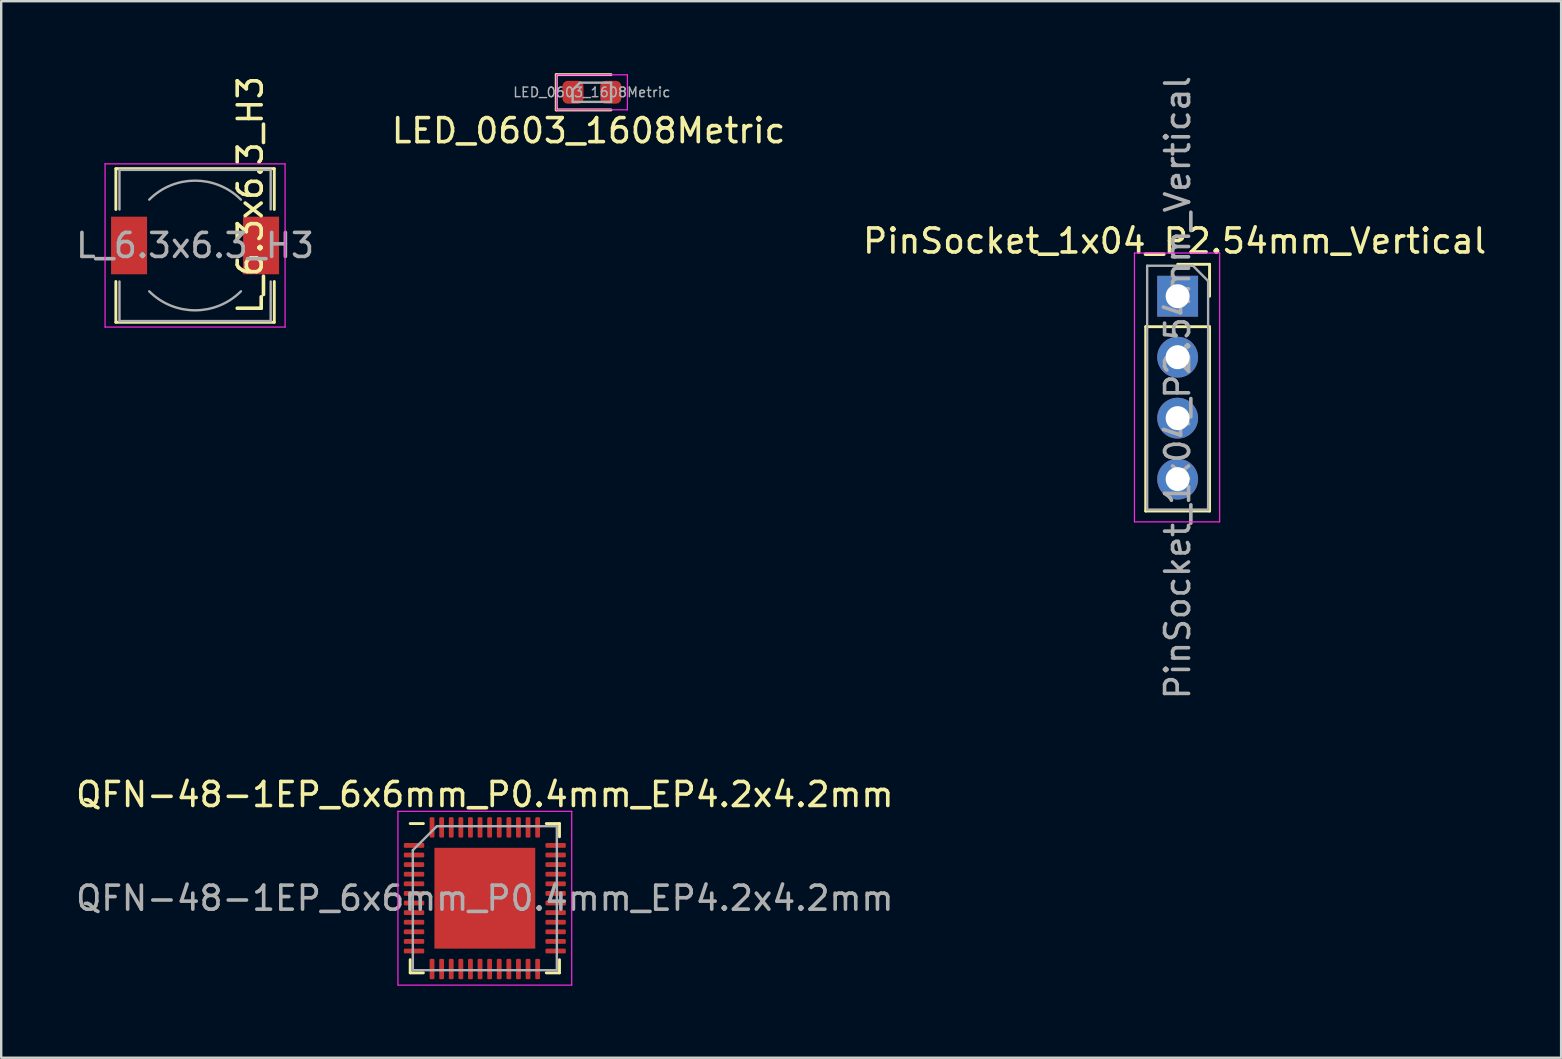
<source format=kicad_pcb>
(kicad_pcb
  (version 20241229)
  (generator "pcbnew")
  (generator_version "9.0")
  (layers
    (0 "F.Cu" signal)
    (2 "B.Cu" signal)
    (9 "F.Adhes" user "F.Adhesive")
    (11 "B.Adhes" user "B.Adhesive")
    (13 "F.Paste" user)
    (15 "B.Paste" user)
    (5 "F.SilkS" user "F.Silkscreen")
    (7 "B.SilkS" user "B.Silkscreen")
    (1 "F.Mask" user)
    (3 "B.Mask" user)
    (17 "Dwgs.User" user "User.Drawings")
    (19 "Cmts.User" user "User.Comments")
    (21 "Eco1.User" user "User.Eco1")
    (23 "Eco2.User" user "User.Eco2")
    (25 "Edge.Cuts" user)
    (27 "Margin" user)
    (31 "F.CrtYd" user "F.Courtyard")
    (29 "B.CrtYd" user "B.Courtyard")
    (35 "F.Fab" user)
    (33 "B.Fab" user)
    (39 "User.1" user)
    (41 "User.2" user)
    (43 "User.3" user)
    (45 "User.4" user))
  (footprint "L_6.3x6.3_H3"
    (layer "F.Cu")
    (at 5.077 7.177)
    (property "Reference" "L_6.3x6.3_H3" (at 2.3 -2.1 90) (layer "F.SilkS") (effects (font (size 1 1) (thickness 0.15))))
    (attr smd)
    (fp_line (start -3.3 -3.2) (end 3.3 -3.2) (stroke (width 0.12) (type solid)) (layer "F.SilkS"))
    (fp_line (start -3.3 -1.5) (end -3.3 -3.2) (stroke (width 0.12) (type solid)) (layer "F.SilkS"))
    (fp_line (start -3.3 3.2) (end -3.3 1.5) (stroke (width 0.12) (type solid)) (layer "F.SilkS"))
    (fp_line (start 3.3 -3.2) (end 3.3 -1.5) (stroke (width 0.12) (type solid)) (layer "F.SilkS"))
    (fp_line (start 3.3 1.5) (end 3.3 3.2) (stroke (width 0.12) (type solid)) (layer "F.SilkS"))
    (fp_line (start 3.3 3.2) (end -3.3 3.2) (stroke (width 0.12) (type solid)) (layer "F.SilkS"))
    (fp_line (start -3.75 -3.4) (end -3.75 3.4) (stroke (width 0.05) (type solid)) (layer "F.CrtYd"))
    (fp_line (start -3.75 3.4) (end 3.75 3.4) (stroke (width 0.05) (type solid)) (layer "F.CrtYd"))
    (fp_line (start 3.75 -3.4) (end -3.75 -3.4) (stroke (width 0.05) (type solid)) (layer "F.CrtYd"))
    (fp_line (start 3.75 3.4) (end 3.75 -3.4) (stroke (width 0.05) (type solid)) (layer "F.CrtYd"))
    (fp_line (start -3.15 -3.15) (end -3.15 -1.5) (stroke (width 0.1) (type solid)) (layer "F.Fab"))
    (fp_line (start -3.15 -3.15) (end 3.15 -3.15) (stroke (width 0.1) (type solid)) (layer "F.Fab"))
    (fp_line (start -3.15 3.15) (end -3.15 1.5) (stroke (width 0.1) (type solid)) (layer "F.Fab"))
    (fp_line (start -3.15 3.15) (end 3.15 3.15) (stroke (width 0.1) (type solid)) (layer "F.Fab"))
    (fp_line (start 3.15 -3.15) (end 3.15 -1.5) (stroke (width 0.1) (type solid)) (layer "F.Fab"))
    (fp_line (start 3.15 3.15) (end 3.15 1.5) (stroke (width 0.1) (type solid)) (layer "F.Fab"))
    (fp_arc (start -1.91 -1.91) (mid 0 -2.701148) (end 1.91 -1.91) (stroke (width 0.1) (type solid)) (layer "F.Fab"))
    (fp_arc (start 1.91 1.91) (mid 0 2.701148) (end -1.91 1.91) (stroke (width 0.1) (type solid)) (layer "F.Fab"))
    (fp_text user "${REFERENCE}" (at 0 0 0) (layer "F.Fab") (effects (font (size 1 1) (thickness 0.15))))
    (pad "1" smd rect (at -2.75 0) (size 1.5 2.4) (layers "F.Cu" "F.Mask" "F.Paste"))
    (pad "2" smd rect (at 2.75 0) (size 1.5 2.4) (layers "F.Cu" "F.Mask" "F.Paste")))
  (footprint "QFN-48-1EP_6x6mm_P0.4mm_EP4.2x4.2mm"
    (layer "F.Cu")
    (at 17.149 34.371)
    (property "Reference" "QFN-48-1EP_6x6mm_P0.4mm_EP4.2x4.2mm" (at 0 -4.32 0) (layer "F.SilkS") (effects (font (size 1 1) (thickness 0.15))))
    (attr smd)
    (fp_line (start -3.11 3.11) (end -3.11 2.56) (stroke (width 0.12) (type solid)) (layer "F.SilkS"))
    (fp_line (start -2.56 -3.11) (end -3.11 -3.11) (stroke (width 0.12) (type solid)) (layer "F.SilkS"))
    (fp_line (start -2.56 3.11) (end -3.11 3.11) (stroke (width 0.12) (type solid)) (layer "F.SilkS"))
    (fp_line (start 2.56 -3.11) (end 3.11 -3.11) (stroke (width 0.12) (type solid)) (layer "F.SilkS"))
    (fp_line (start 2.56 3.11) (end 3.11 3.11) (stroke (width 0.12) (type solid)) (layer "F.SilkS"))
    (fp_line (start 3.11 -3.11) (end 3.11 -2.56) (stroke (width 0.12) (type solid)) (layer "F.SilkS"))
    (fp_line (start 3.11 3.11) (end 3.11 2.56) (stroke (width 0.12) (type solid)) (layer "F.SilkS"))
    (fp_line (start -3.62 -3.62) (end -3.62 3.62) (stroke (width 0.05) (type solid)) (layer "F.CrtYd"))
    (fp_line (start -3.62 3.62) (end 3.62 3.62) (stroke (width 0.05) (type solid)) (layer "F.CrtYd"))
    (fp_line (start 3.62 -3.62) (end -3.62 -3.62) (stroke (width 0.05) (type solid)) (layer "F.CrtYd"))
    (fp_line (start 3.62 3.62) (end 3.62 -3.62) (stroke (width 0.05) (type solid)) (layer "F.CrtYd"))
    (fp_line (start -3 -2) (end -2 -3) (stroke (width 0.1) (type solid)) (layer "F.Fab"))
    (fp_line (start -3 3) (end -3 -2) (stroke (width 0.1) (type solid)) (layer "F.Fab"))
    (fp_line (start -2 -3) (end 3 -3) (stroke (width 0.1) (type solid)) (layer "F.Fab"))
    (fp_line (start 3 -3) (end 3 3) (stroke (width 0.1) (type solid)) (layer "F.Fab"))
    (fp_line (start 3 3) (end -3 3) (stroke (width 0.1) (type solid)) (layer "F.Fab"))
    (fp_text user "${REFERENCE}" (at 0 0 0) (layer "F.Fab") (effects (font (size 1 1) (thickness 0.15))))
    (pad "" smd roundrect (at -1.4 -1.4 180) (size 1.13 1.13) (layers "F.Paste") (roundrect_rratio 0.221))
    (pad "" smd roundrect (at -1.4 0 180) (size 1.13 1.13) (layers "F.Paste") (roundrect_rratio 0.221))
    (pad "" smd roundrect (at -1.4 1.4 180) (size 1.13 1.13) (layers "F.Paste") (roundrect_rratio 0.221))
    (pad "" smd roundrect (at 0 -1.4 180) (size 1.13 1.13) (layers "F.Paste") (roundrect_rratio 0.221))
    (pad "" smd roundrect (at 0 0 180) (size 1.13 1.13) (layers "F.Paste") (roundrect_rratio 0.221))
    (pad "" smd roundrect (at 0 1.4 180) (size 1.13 1.13) (layers "F.Paste") (roundrect_rratio 0.221))
    (pad "" smd roundrect (at 1.4 -1.4 180) (size 1.13 1.13) (layers "F.Paste") (roundrect_rratio 0.221))
    (pad "" smd roundrect (at 1.4 0 180) (size 1.13 1.13) (layers "F.Paste") (roundrect_rratio 0.221))
    (pad "" smd roundrect (at 1.4 1.4 180) (size 1.13 1.13) (layers "F.Paste") (roundrect_rratio 0.221))
    (pad "1" smd roundrect (at -2.95 -2.2 180) (size 0.85 0.2) (layers "F.Cu" "F.Mask" "F.Paste") (roundrect_rratio 0.25))
    (pad "2" smd roundrect (at -2.95 -1.8 180) (size 0.85 0.2) (layers "F.Cu" "F.Mask" "F.Paste") (roundrect_rratio 0.25))
    (pad "3" smd roundrect (at -2.95 -1.4 180) (size 0.85 0.2) (layers "F.Cu" "F.Mask" "F.Paste") (roundrect_rratio 0.25))
    (pad "4" smd roundrect (at -2.95 -1 180) (size 0.85 0.2) (layers "F.Cu" "F.Mask" "F.Paste") (roundrect_rratio 0.25))
    (pad "5" smd roundrect (at -2.95 -0.6 180) (size 0.85 0.2) (layers "F.Cu" "F.Mask" "F.Paste") (roundrect_rratio 0.25))
    (pad "6" smd roundrect (at -2.95 -0.2 180) (size 0.85 0.2) (layers "F.Cu" "F.Mask" "F.Paste") (roundrect_rratio 0.25))
    (pad "7" smd roundrect (at -2.95 0.2 180) (size 0.85 0.2) (layers "F.Cu" "F.Mask" "F.Paste") (roundrect_rratio 0.25))
    (pad "8" smd roundrect (at -2.95 0.6 180) (size 0.85 0.2) (layers "F.Cu" "F.Mask" "F.Paste") (roundrect_rratio 0.25))
    (pad "9" smd roundrect (at -2.95 1 180) (size 0.85 0.2) (layers "F.Cu" "F.Mask" "F.Paste") (roundrect_rratio 0.25))
    (pad "10" smd roundrect (at -2.95 1.4 180) (size 0.85 0.2) (layers "F.Cu" "F.Mask" "F.Paste") (roundrect_rratio 0.25))
    (pad "11" smd roundrect (at -2.95 1.8 180) (size 0.85 0.2) (layers "F.Cu" "F.Mask" "F.Paste") (roundrect_rratio 0.25))
    (pad "12" smd roundrect (at -2.95 2.2 180) (size 0.85 0.2) (layers "F.Cu" "F.Mask" "F.Paste") (roundrect_rratio 0.25))
    (pad "13" smd roundrect (at -2.2 2.95 180) (size 0.2 0.85) (layers "F.Cu" "F.Mask" "F.Paste") (roundrect_rratio 0.25))
    (pad "14" smd roundrect (at -1.8 2.95 180) (size 0.2 0.85) (layers "F.Cu" "F.Mask" "F.Paste") (roundrect_rratio 0.25))
    (pad "15" smd roundrect (at -1.4 2.95 180) (size 0.2 0.85) (layers "F.Cu" "F.Mask" "F.Paste") (roundrect_rratio 0.25))
    (pad "16" smd roundrect (at -1 2.95 180) (size 0.2 0.85) (layers "F.Cu" "F.Mask" "F.Paste") (roundrect_rratio 0.25))
    (pad "17" smd roundrect (at -0.6 2.95 180) (size 0.2 0.85) (layers "F.Cu" "F.Mask" "F.Paste") (roundrect_rratio 0.25))
    (pad "18" smd roundrect (at -0.2 2.95 180) (size 0.2 0.85) (layers "F.Cu" "F.Mask" "F.Paste") (roundrect_rratio 0.25))
    (pad "19" smd roundrect (at 0.2 2.95 180) (size 0.2 0.85) (layers "F.Cu" "F.Mask" "F.Paste") (roundrect_rratio 0.25))
    (pad "20" smd roundrect (at 0.6 2.95 180) (size 0.2 0.85) (layers "F.Cu" "F.Mask" "F.Paste") (roundrect_rratio 0.25))
    (pad "21" smd roundrect (at 1 2.95 180) (size 0.2 0.85) (layers "F.Cu" "F.Mask" "F.Paste") (roundrect_rratio 0.25))
    (pad "22" smd roundrect (at 1.4 2.95 180) (size 0.2 0.85) (layers "F.Cu" "F.Mask" "F.Paste") (roundrect_rratio 0.25))
    (pad "23" smd roundrect (at 1.8 2.95 180) (size 0.2 0.85) (layers "F.Cu" "F.Mask" "F.Paste") (roundrect_rratio 0.25))
    (pad "24" smd roundrect (at 2.2 2.95 180) (size 0.2 0.85) (layers "F.Cu" "F.Mask" "F.Paste") (roundrect_rratio 0.25))
    (pad "25" smd roundrect (at 2.95 2.2 180) (size 0.85 0.2) (layers "F.Cu" "F.Mask" "F.Paste") (roundrect_rratio 0.25))
    (pad "26" smd roundrect (at 2.95 1.8 180) (size 0.85 0.2) (layers "F.Cu" "F.Mask" "F.Paste") (roundrect_rratio 0.25))
    (pad "27" smd roundrect (at 2.95 1.4 180) (size 0.85 0.2) (layers "F.Cu" "F.Mask" "F.Paste") (roundrect_rratio 0.25))
    (pad "28" smd roundrect (at 2.95 1 180) (size 0.85 0.2) (layers "F.Cu" "F.Mask" "F.Paste") (roundrect_rratio 0.25))
    (pad "29" smd roundrect (at 2.95 0.6 180) (size 0.85 0.2) (layers "F.Cu" "F.Mask" "F.Paste") (roundrect_rratio 0.25))
    (pad "30" smd roundrect (at 2.95 0.2 180) (size 0.85 0.2) (layers "F.Cu" "F.Mask" "F.Paste") (roundrect_rratio 0.25))
    (pad "31" smd roundrect (at 2.95 -0.2 180) (size 0.85 0.2) (layers "F.Cu" "F.Mask" "F.Paste") (roundrect_rratio 0.25))
    (pad "32" smd roundrect (at 2.95 -0.6 180) (size 0.85 0.2) (layers "F.Cu" "F.Mask" "F.Paste") (roundrect_rratio 0.25))
    (pad "33" smd roundrect (at 2.95 -1 180) (size 0.85 0.2) (layers "F.Cu" "F.Mask" "F.Paste") (roundrect_rratio 0.25))
    (pad "34" smd roundrect (at 2.95 -1.4 180) (size 0.85 0.2) (layers "F.Cu" "F.Mask" "F.Paste") (roundrect_rratio 0.25))
    (pad "35" smd roundrect (at 2.95 -1.8 180) (size 0.85 0.2) (layers "F.Cu" "F.Mask" "F.Paste") (roundrect_rratio 0.25))
    (pad "36" smd roundrect (at 2.95 -2.2 180) (size 0.85 0.2) (layers "F.Cu" "F.Mask" "F.Paste") (roundrect_rratio 0.25))
    (pad "37" smd roundrect (at 2.2 -2.95 180) (size 0.2 0.85) (layers "F.Cu" "F.Mask" "F.Paste") (roundrect_rratio 0.25))
    (pad "38" smd roundrect (at 1.8 -2.95 180) (size 0.2 0.85) (layers "F.Cu" "F.Mask" "F.Paste") (roundrect_rratio 0.25))
    (pad "39" smd roundrect (at 1.4 -2.95 180) (size 0.2 0.85) (layers "F.Cu" "F.Mask" "F.Paste") (roundrect_rratio 0.25))
    (pad "40" smd roundrect (at 1 -2.95 180) (size 0.2 0.85) (layers "F.Cu" "F.Mask" "F.Paste") (roundrect_rratio 0.25))
    (pad "41" smd roundrect (at 0.6 -2.95 180) (size 0.2 0.85) (layers "F.Cu" "F.Mask" "F.Paste") (roundrect_rratio 0.25))
    (pad "42" smd roundrect (at 0.2 -2.95 180) (size 0.2 0.85) (layers "F.Cu" "F.Mask" "F.Paste") (roundrect_rratio 0.25))
    (pad "43" smd roundrect (at -0.2 -2.95 180) (size 0.2 0.85) (layers "F.Cu" "F.Mask" "F.Paste") (roundrect_rratio 0.25))
    (pad "44" smd roundrect (at -0.6 -2.95 180) (size 0.2 0.85) (layers "F.Cu" "F.Mask" "F.Paste") (roundrect_rratio 0.25))
    (pad "45" smd roundrect (at -1 -2.95 180) (size 0.2 0.85) (layers "F.Cu" "F.Mask" "F.Paste") (roundrect_rratio 0.25))
    (pad "46" smd roundrect (at -1.4 -2.95 180) (size 0.2 0.85) (layers "F.Cu" "F.Mask" "F.Paste") (roundrect_rratio 0.25))
    (pad "47" smd roundrect (at -1.8 -2.95 180) (size 0.2 0.85) (layers "F.Cu" "F.Mask" "F.Paste") (roundrect_rratio 0.25))
    (pad "48" smd roundrect (at -2.2 -2.95 180) (size 0.2 0.85) (layers "F.Cu" "F.Mask" "F.Paste") (roundrect_rratio 0.25))
    (pad "49" smd rect (at 0 0 180) (size 4.2 4.2) (layers "F.Cu" "F.Mask")))
  (footprint "LED_0603_1608Metric"
    (layer "F.Cu")
    (at 21.608 0.795)
    (property "Reference" "LED_0603_1608Metric" (at -0.138 1.6 0) (layer "F.SilkS") (effects (font (size 1 1) (thickness 0.15))))
    (attr smd)
    (fp_line (start -1.485 -0.735) (end -1.485 0.735) (stroke (width 0.12) (type solid)) (layer "F.SilkS"))
    (fp_line (start -1.485 0.735) (end 0.8 0.735) (stroke (width 0.12) (type solid)) (layer "F.SilkS"))
    (fp_line (start 0.8 -0.735) (end -1.485 -0.735) (stroke (width 0.12) (type solid)) (layer "F.SilkS"))
    (fp_line (start -1.48 -0.73) (end 1.48 -0.73) (stroke (width 0.05) (type solid)) (layer "F.CrtYd"))
    (fp_line (start -1.48 0.73) (end -1.48 -0.73) (stroke (width 0.05) (type solid)) (layer "F.CrtYd"))
    (fp_line (start 1.48 -0.73) (end 1.48 0.73) (stroke (width 0.05) (type solid)) (layer "F.CrtYd"))
    (fp_line (start 1.48 0.73) (end -1.48 0.73) (stroke (width 0.05) (type solid)) (layer "F.CrtYd"))
    (fp_line (start -0.8 -0.1) (end -0.8 0.4) (stroke (width 0.1) (type solid)) (layer "F.Fab"))
    (fp_line (start -0.8 0.4) (end 0.8 0.4) (stroke (width 0.1) (type solid)) (layer "F.Fab"))
    (fp_line (start -0.5 -0.4) (end -0.8 -0.1) (stroke (width 0.1) (type solid)) (layer "F.Fab"))
    (fp_line (start 0.8 -0.4) (end -0.5 -0.4) (stroke (width 0.1) (type solid)) (layer "F.Fab"))
    (fp_line (start 0.8 0.4) (end 0.8 -0.4) (stroke (width 0.1) (type solid)) (layer "F.Fab"))
    (fp_text user "${REFERENCE}" (at 0 0 0) (layer "F.Fab") (effects (font (size 0.4 0.4) (thickness 0.06))))
    (pad "1" smd roundrect (at -0.787 0) (size 0.875 0.95) (layers "F.Cu" "F.Mask" "F.Paste") (roundrect_rratio 0.25))
    (pad "2" smd roundrect (at 0.787 0) (size 0.875 0.95) (layers "F.Cu" "F.Mask" "F.Paste") (roundrect_rratio 0.25)))
  (footprint "PinSocket_1x04_P2.54mm_Vertical"
    (layer "F.Cu")
    (at 46.012 9.291)
    (property "Reference" "PinSocket_1x04_P2.54mm_Vertical" (at -0.125 -2.3 0) (layer "F.SilkS") (effects (font (size 1 1) (thickness 0.15))))
    (attr through_hole)
    (fp_line (start -1.33 1.27) (end -1.33 8.95) (stroke (width 0.12) (type solid)) (layer "F.SilkS"))
    (fp_line (start -1.33 1.27) (end 1.33 1.27) (stroke (width 0.12) (type solid)) (layer "F.SilkS"))
    (fp_line (start -1.33 8.95) (end 1.33 8.95) (stroke (width 0.12) (type solid)) (layer "F.SilkS"))
    (fp_line (start 0 -1.33) (end 1.33 -1.33) (stroke (width 0.12) (type solid)) (layer "F.SilkS"))
    (fp_line (start 1.33 -1.33) (end 1.33 0) (stroke (width 0.12) (type solid)) (layer "F.SilkS"))
    (fp_line (start 1.33 1.27) (end 1.33 8.95) (stroke (width 0.12) (type solid)) (layer "F.SilkS"))
    (fp_line (start -1.8 -1.8) (end 1.75 -1.8) (stroke (width 0.05) (type solid)) (layer "F.CrtYd"))
    (fp_line (start -1.8 9.4) (end -1.8 -1.8) (stroke (width 0.05) (type solid)) (layer "F.CrtYd"))
    (fp_line (start 1.75 -1.8) (end 1.75 9.4) (stroke (width 0.05) (type solid)) (layer "F.CrtYd"))
    (fp_line (start 1.75 9.4) (end -1.8 9.4) (stroke (width 0.05) (type solid)) (layer "F.CrtYd"))
    (fp_line (start -1.27 -1.27) (end 0.635 -1.27) (stroke (width 0.1) (type solid)) (layer "F.Fab"))
    (fp_line (start -1.27 8.89) (end -1.27 -1.27) (stroke (width 0.1) (type solid)) (layer "F.Fab"))
    (fp_line (start 0.635 -1.27) (end 1.27 -0.635) (stroke (width 0.1) (type solid)) (layer "F.Fab"))
    (fp_line (start 1.27 -0.635) (end 1.27 8.89) (stroke (width 0.1) (type solid)) (layer "F.Fab"))
    (fp_line (start 1.27 8.89) (end -1.27 8.89) (stroke (width 0.1) (type solid)) (layer "F.Fab"))
    (fp_text user "${REFERENCE}" (at 0 3.81 270) (layer "F.Fab") (effects (font (size 1 1) (thickness 0.15))))
    (pad "1" thru_hole rect (at 0 0) (size 1.7 1.7) (drill 1) (layers "*.Cu" "*.Mask"))
    (pad "2" thru_hole oval (at 0 2.54) (size 1.7 1.7) (drill 1) (layers "*.Cu" "*.Mask"))
    (pad "3" thru_hole oval (at 0 5.08) (size 1.7 1.7) (drill 1) (layers "*.Cu" "*.Mask"))
    (pad "4" thru_hole oval (at 0 7.62) (size 1.7 1.7) (drill 1) (layers "*.Cu" "*.Mask")))
  (gr_rect
    (start -3 -3)
    (end 61.988 41.016)
    (stroke (width 0.1) (type default))
    (fill no)
    (layer "Edge.Cuts")))
</source>
